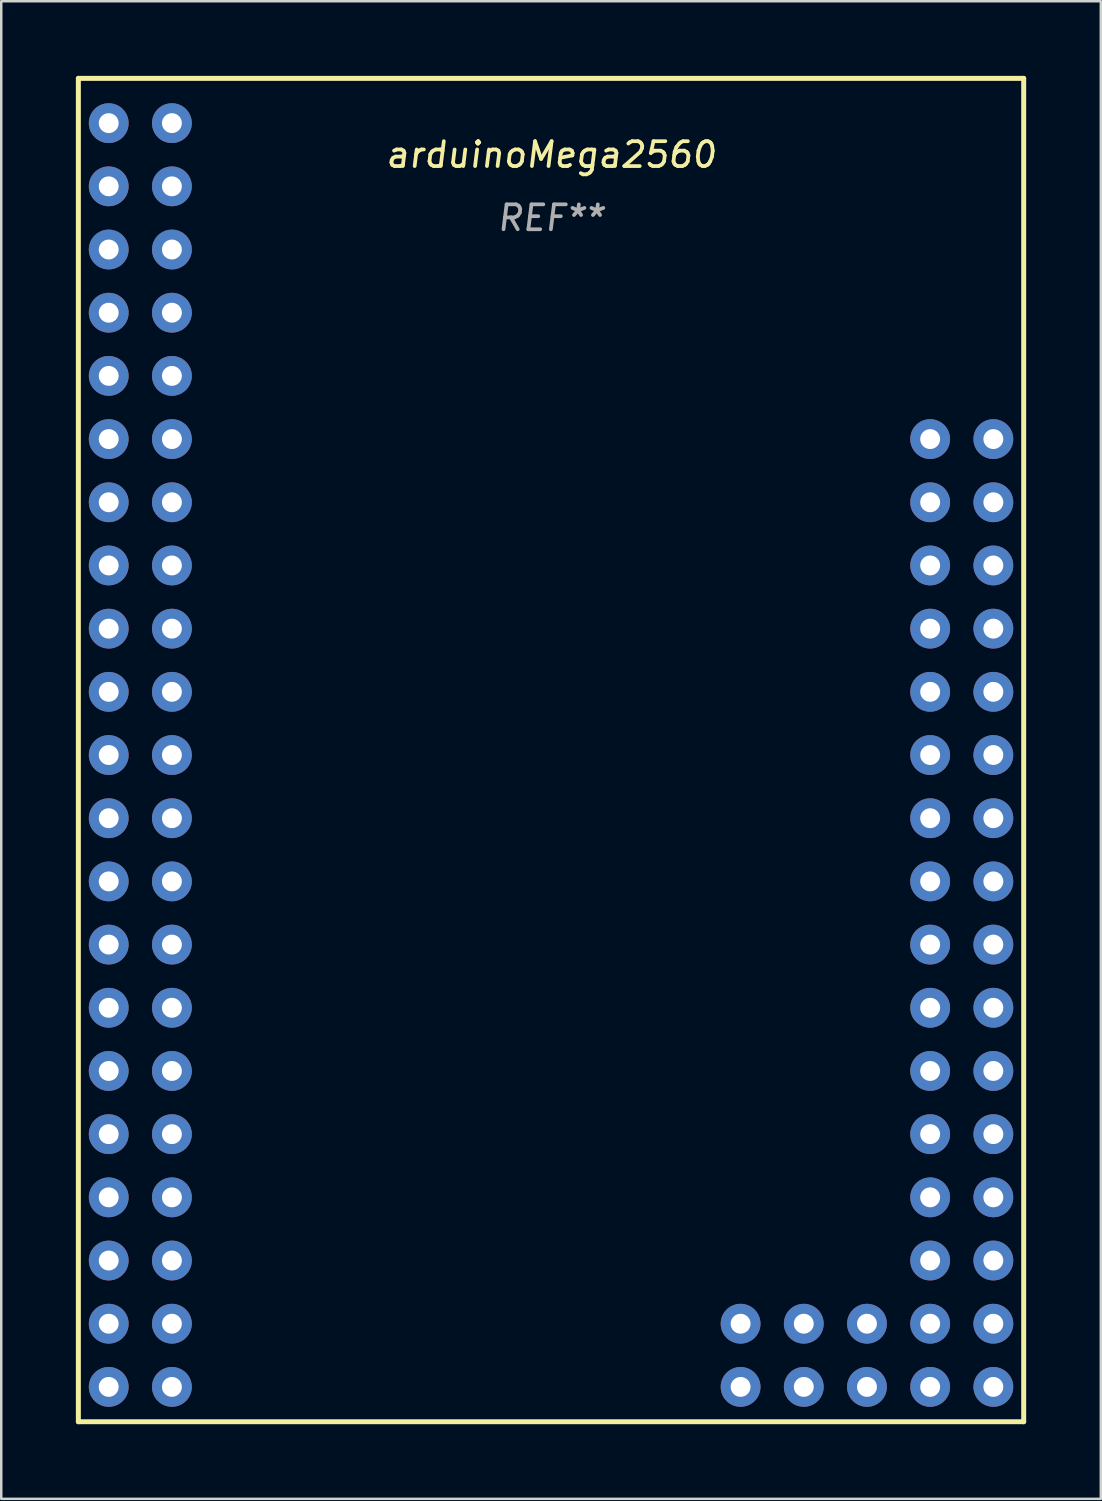
<source format=kicad_pcb>
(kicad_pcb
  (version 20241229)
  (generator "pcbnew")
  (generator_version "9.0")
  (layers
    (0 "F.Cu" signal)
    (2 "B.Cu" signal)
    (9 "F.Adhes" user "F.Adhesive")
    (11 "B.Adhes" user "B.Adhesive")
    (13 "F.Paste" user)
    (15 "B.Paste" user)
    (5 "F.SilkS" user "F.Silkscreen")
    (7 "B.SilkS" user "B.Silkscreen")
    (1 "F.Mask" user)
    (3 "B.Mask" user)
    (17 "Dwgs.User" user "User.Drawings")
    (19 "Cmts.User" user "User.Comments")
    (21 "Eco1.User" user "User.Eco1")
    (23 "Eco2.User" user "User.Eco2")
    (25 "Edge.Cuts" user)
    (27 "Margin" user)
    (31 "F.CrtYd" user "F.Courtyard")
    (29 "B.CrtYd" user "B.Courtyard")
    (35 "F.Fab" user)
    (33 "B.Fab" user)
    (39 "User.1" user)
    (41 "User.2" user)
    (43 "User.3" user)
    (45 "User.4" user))
  (footprint "arduinoMega2560"
    (layer "F.Cu")
    (at 1.32 1.9)
    (property "Reference" "arduinoMega2560" (at 17.78 1.27 0) (layer "F.SilkS") (effects (font (size 1 1) (thickness 0.15) (italic yes))))
    (attr through_hole)
    (fp_line (start -1.22 -1.8) (end -1.22 52.2) (stroke (width 0.2) (type solid)) (layer "F.SilkS"))
    (fp_line (start -1.22 52.2) (end 36.78 52.2) (stroke (width 0.2) (type solid)) (layer "F.SilkS"))
    (fp_line (start 36.78 -1.8) (end -1.22 -1.8) (stroke (width 0.2) (type solid)) (layer "F.SilkS"))
    (fp_line (start 36.78 52.2) (end 36.78 -1.8) (stroke (width 0.2) (type solid)) (layer "F.SilkS"))
    (fp_text user "REF**" (at 17.78 3.81 0) (layer "F.Fab") (effects (font (size 1 1) (thickness 0.15) (italic yes))))
    (pad "1" thru_hole circle (at 0 0) (size 1.6 1.6) (drill 0.8) (layers "*.Cu" "*.Mask"))
    (pad "2" thru_hole circle (at 2.54 0) (size 1.6 1.6) (drill 0.8) (layers "*.Cu" "*.Mask"))
    (pad "3" thru_hole circle (at 0 2.54) (size 1.6 1.6) (drill 0.8) (layers "*.Cu" "*.Mask"))
    (pad "4" thru_hole circle (at 2.54 2.54) (size 1.6 1.6) (drill 0.8) (layers "*.Cu" "*.Mask"))
    (pad "5" thru_hole circle (at 0 5.08) (size 1.6 1.6) (drill 0.8) (layers "*.Cu" "*.Mask"))
    (pad "6" thru_hole circle (at 2.54 5.08) (size 1.6 1.6) (drill 0.8) (layers "*.Cu" "*.Mask"))
    (pad "7" thru_hole circle (at 0 7.62) (size 1.6 1.6) (drill 0.8) (layers "*.Cu" "*.Mask"))
    (pad "8" thru_hole circle (at 2.54 7.62) (size 1.6 1.6) (drill 0.8) (layers "*.Cu" "*.Mask"))
    (pad "9" thru_hole circle (at 0 10.16) (size 1.6 1.6) (drill 0.8) (layers "*.Cu" "*.Mask"))
    (pad "A0" thru_hole circle (at 35.56 12.7) (size 1.6 1.6) (drill 0.8) (layers "*.Cu" "*.Mask"))
    (pad "A1" thru_hole circle (at 33.02 12.7) (size 1.6 1.6) (drill 0.8) (layers "*.Cu" "*.Mask"))
    (pad "A2" thru_hole circle (at 35.56 15.24) (size 1.6 1.6) (drill 0.8) (layers "*.Cu" "*.Mask"))
    (pad "A3" thru_hole circle (at 33.02 15.24) (size 1.6 1.6) (drill 0.8) (layers "*.Cu" "*.Mask"))
    (pad "A4" thru_hole circle (at 35.56 17.78) (size 1.6 1.6) (drill 0.8) (layers "*.Cu" "*.Mask"))
    (pad "A5" thru_hole circle (at 33.02 17.78) (size 1.6 1.6) (drill 0.8) (layers "*.Cu" "*.Mask"))
    (pad "A6" thru_hole circle (at 35.56 20.32) (size 1.6 1.6) (drill 0.8) (layers "*.Cu" "*.Mask"))
    (pad "A7" thru_hole circle (at 33.02 20.32) (size 1.6 1.6) (drill 0.8) (layers "*.Cu" "*.Mask"))
    (pad "A8" thru_hole circle (at 35.56 22.86) (size 1.6 1.6) (drill 0.8) (layers "*.Cu" "*.Mask"))
    (pad "A9" thru_hole circle (at 33.02 22.86) (size 1.6 1.6) (drill 0.8) (layers "*.Cu" "*.Mask"))
    (pad "A10" thru_hole circle (at 35.56 25.4) (size 1.6 1.6) (drill 0.8) (layers "*.Cu" "*.Mask"))
    (pad "A11" thru_hole circle (at 33.02 25.4) (size 1.6 1.6) (drill 0.8) (layers "*.Cu" "*.Mask"))
    (pad "A12" thru_hole circle (at 35.56 27.94) (size 1.6 1.6) (drill 0.8) (layers "*.Cu" "*.Mask"))
    (pad "A13" thru_hole circle (at 33.02 27.94) (size 1.6 1.6) (drill 0.8) (layers "*.Cu" "*.Mask"))
    (pad "A14" thru_hole circle (at 35.56 30.48) (size 1.6 1.6) (drill 0.8) (layers "*.Cu" "*.Mask"))
    (pad "A15" thru_hole circle (at 33.02 30.48) (size 1.6 1.6) (drill 0.8) (layers "*.Cu" "*.Mask"))
    (pad "AREF" thru_hole circle (at 2.54 10.16) (size 1.6 1.6) (drill 0.8) (layers "*.Cu" "*.Mask"))
    (pad "D0" thru_hole circle (at 2.54 12.7) (size 1.6 1.6) (drill 0.8) (layers "*.Cu" "*.Mask"))
    (pad "D1" thru_hole circle (at 0 12.7) (size 1.6 1.6) (drill 0.8) (layers "*.Cu" "*.Mask"))
    (pad "D2" thru_hole circle (at 2.54 15.24) (size 1.6 1.6) (drill 0.8) (layers "*.Cu" "*.Mask"))
    (pad "D3" thru_hole circle (at 0 15.24) (size 1.6 1.6) (drill 0.8) (layers "*.Cu" "*.Mask"))
    (pad "D4" thru_hole circle (at 2.54 17.78) (size 1.6 1.6) (drill 0.8) (layers "*.Cu" "*.Mask"))
    (pad "D5" thru_hole circle (at 0 17.78) (size 1.6 1.6) (drill 0.8) (layers "*.Cu" "*.Mask"))
    (pad "D6" thru_hole circle (at 2.54 20.32) (size 1.6 1.6) (drill 0.8) (layers "*.Cu" "*.Mask"))
    (pad "D7" thru_hole circle (at 0 20.32) (size 1.6 1.6) (drill 0.8) (layers "*.Cu" "*.Mask"))
    (pad "D8" thru_hole circle (at 2.54 22.86) (size 1.6 1.6) (drill 0.8) (layers "*.Cu" "*.Mask"))
    (pad "D9" thru_hole circle (at 0 22.86) (size 1.6 1.6) (drill 0.8) (layers "*.Cu" "*.Mask"))
    (pad "D10" thru_hole circle (at 2.54 25.4) (size 1.6 1.6) (drill 0.8) (layers "*.Cu" "*.Mask"))
    (pad "D11" thru_hole circle (at 0 25.4) (size 1.6 1.6) (drill 0.8) (layers "*.Cu" "*.Mask"))
    (pad "D12" thru_hole circle (at 2.54 27.94) (size 1.6 1.6) (drill 0.8) (layers "*.Cu" "*.Mask"))
    (pad "D13" thru_hole circle (at 0 27.94) (size 1.6 1.6) (drill 0.8) (layers "*.Cu" "*.Mask"))
    (pad "D14" thru_hole circle (at 2.54 30.48) (size 1.6 1.6) (drill 0.8) (layers "*.Cu" "*.Mask"))
    (pad "D15" thru_hole circle (at 0 30.48) (size 1.6 1.6) (drill 0.8) (layers "*.Cu" "*.Mask"))
    (pad "D16" thru_hole circle (at 2.54 33.02) (size 1.6 1.6) (drill 0.8) (layers "*.Cu" "*.Mask"))
    (pad "D17" thru_hole circle (at 0 33.02) (size 1.6 1.6) (drill 0.8) (layers "*.Cu" "*.Mask"))
    (pad "D18" thru_hole circle (at 2.54 35.56) (size 1.6 1.6) (drill 0.8) (layers "*.Cu" "*.Mask"))
    (pad "D19" thru_hole circle (at 0 35.56) (size 1.6 1.6) (drill 0.8) (layers "*.Cu" "*.Mask"))
    (pad "D20" thru_hole circle (at 2.54 38.1) (size 1.6 1.6) (drill 0.8) (layers "*.Cu" "*.Mask"))
    (pad "D21" thru_hole circle (at 0 38.1) (size 1.6 1.6) (drill 0.8) (layers "*.Cu" "*.Mask"))
    (pad "D22" thru_hole circle (at 2.54 40.64) (size 1.6 1.6) (drill 0.8) (layers "*.Cu" "*.Mask"))
    (pad "D23" thru_hole circle (at 0 40.64) (size 1.6 1.6) (drill 0.8) (layers "*.Cu" "*.Mask"))
    (pad "D24" thru_hole circle (at 2.54 43.18) (size 1.6 1.6) (drill 0.8) (layers "*.Cu" "*.Mask"))
    (pad "D25" thru_hole circle (at 0 43.18) (size 1.6 1.6) (drill 0.8) (layers "*.Cu" "*.Mask"))
    (pad "D26" thru_hole circle (at 2.54 45.72) (size 1.6 1.6) (drill 0.8) (layers "*.Cu" "*.Mask"))
    (pad "D27" thru_hole circle (at 0 45.72) (size 1.6 1.6) (drill 0.8) (layers "*.Cu" "*.Mask"))
    (pad "D28" thru_hole circle (at 2.54 48.26) (size 1.6 1.6) (drill 0.8) (layers "*.Cu" "*.Mask"))
    (pad "D29" thru_hole circle (at 0 48.26) (size 1.6 1.6) (drill 0.8) (layers "*.Cu" "*.Mask"))
    (pad "D30" thru_hole circle (at 2.54 50.8) (size 1.6 1.6) (drill 0.8) (layers "*.Cu" "*.Mask"))
    (pad "D31" thru_hole circle (at 0 50.8) (size 1.6 1.6) (drill 0.8) (layers "*.Cu" "*.Mask"))
    (pad "D32" thru_hole circle (at 35.56 33.02) (size 1.6 1.6) (drill 0.8) (layers "*.Cu" "*.Mask"))
    (pad "D33" thru_hole circle (at 33.02 33.02) (size 1.6 1.6) (drill 0.8) (layers "*.Cu" "*.Mask"))
    (pad "D34" thru_hole circle (at 35.56 35.56) (size 1.6 1.6) (drill 0.8) (layers "*.Cu" "*.Mask"))
    (pad "D35" thru_hole circle (at 33.02 35.56) (size 1.6 1.6) (drill 0.8) (layers "*.Cu" "*.Mask"))
    (pad "D36" thru_hole circle (at 35.56 38.1) (size 1.6 1.6) (drill 0.8) (layers "*.Cu" "*.Mask"))
    (pad "D37" thru_hole circle (at 33.02 38.1) (size 1.6 1.6) (drill 0.8) (layers "*.Cu" "*.Mask"))
    (pad "D38" thru_hole circle (at 35.56 40.64) (size 1.6 1.6) (drill 0.8) (layers "*.Cu" "*.Mask"))
    (pad "D39" thru_hole circle (at 33.02 40.64) (size 1.6 1.6) (drill 0.8) (layers "*.Cu" "*.Mask"))
    (pad "D40" thru_hole circle (at 35.56 43.18) (size 1.6 1.6) (drill 0.8) (layers "*.Cu" "*.Mask"))
    (pad "D41" thru_hole circle (at 33.02 43.18) (size 1.6 1.6) (drill 0.8) (layers "*.Cu" "*.Mask"))
    (pad "D42" thru_hole circle (at 35.56 45.72) (size 1.6 1.6) (drill 0.8) (layers "*.Cu" "*.Mask"))
    (pad "D43" thru_hole circle (at 33.02 45.72) (size 1.6 1.6) (drill 0.8) (layers "*.Cu" "*.Mask"))
    (pad "D44" thru_hole circle (at 35.56 48.26) (size 1.6 1.6) (drill 0.8) (layers "*.Cu" "*.Mask"))
    (pad "D45" thru_hole circle (at 33.02 48.26) (size 1.6 1.6) (drill 0.8) (layers "*.Cu" "*.Mask"))
    (pad "D46" thru_hole circle (at 35.56 50.8) (size 1.6 1.6) (drill 0.8) (layers "*.Cu" "*.Mask"))
    (pad "D47" thru_hole circle (at 33.02 50.8) (size 1.6 1.6) (drill 0.8) (layers "*.Cu" "*.Mask"))
    (pad "D48" thru_hole circle (at 30.48 50.8) (size 1.6 1.6) (drill 0.8) (layers "*.Cu" "*.Mask"))
    (pad "D49" thru_hole circle (at 30.48 48.26) (size 1.6 1.6) (drill 0.8) (layers "*.Cu" "*.Mask"))
    (pad "D50" thru_hole circle (at 27.94 50.8) (size 1.6 1.6) (drill 0.8) (layers "*.Cu" "*.Mask"))
    (pad "D51" thru_hole circle (at 27.94 48.26) (size 1.6 1.6) (drill 0.8) (layers "*.Cu" "*.Mask"))
    (pad "D52" thru_hole circle (at 25.4 50.8) (size 1.6 1.6) (drill 0.8) (layers "*.Cu" "*.Mask"))
    (pad "D53" thru_hole circle (at 25.4 48.26) (size 1.6 1.6) (drill 0.8) (layers "*.Cu" "*.Mask")))
  (gr_rect
    (start -3 -3)
    (end 41.2 57.2)
    (stroke (width 0.1) (type default))
    (fill no)
    (layer "Edge.Cuts")))
</source>
